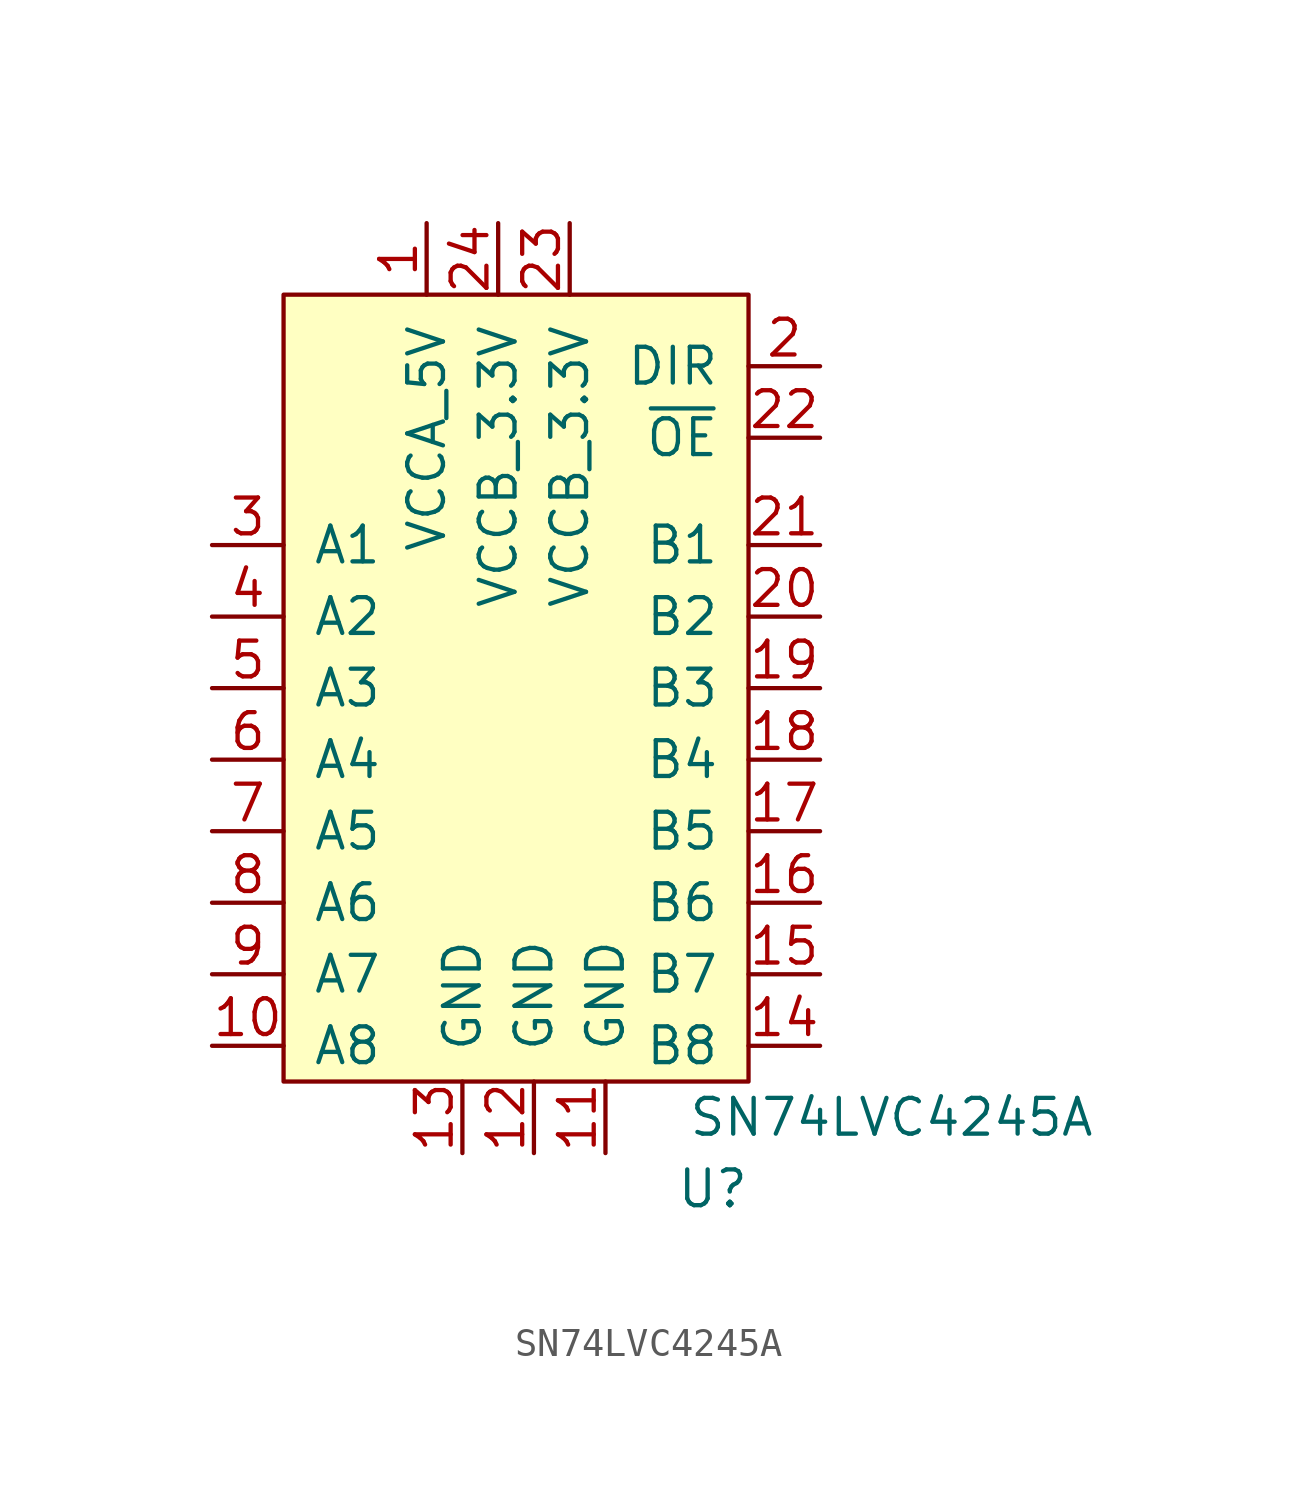
<source format=kicad_sym>
(kicad_symbol_lib
  (version 20211014)
  (generator kicad_symbol_editor)
  (symbol "SN74LVC4245A"
    (pin_names
      (offset 1.016))
    (property "Reference" "U"
      (at 7.62 -15.24 0)
      (effects (font (size 1.27 1.27))))
    (property "Value" "SN74LVC4245A"
      (at 13.97 -12.7 0)
      (effects (font (size 1.27 1.27))))
    (symbol "SN74LVC4245A_0_0"
      (pin power_in line (at -2.54 19.05 270) (length 2.54) (name "VCCA_5V" (effects (font (size 1.27 1.27)))) (number "1" (effects (font (size 1.27 1.27)))))
      (pin bidirectional line (at -10.16 -10.16 0) (length 2.54) (name "A8" (effects (font (size 1.27 1.27)))) (number "10" (effects (font (size 1.27 1.27)))))
      (pin power_in line (at 3.81 -13.97 90) (length 2.54) (name "GND" (effects (font (size 1.27 1.27)))) (number "11" (effects (font (size 1.27 1.27)))))
      (pin power_in line (at 1.27 -13.97 90) (length 2.54) (name "GND" (effects (font (size 1.27 1.27)))) (number "12" (effects (font (size 1.27 1.27)))))
      (pin power_in line (at -1.27 -13.97 90) (length 2.54) (name "GND" (effects (font (size 1.27 1.27)))) (number "13" (effects (font (size 1.27 1.27)))))
      (pin bidirectional line (at 11.43 -10.16 180) (length 2.54) (name "B8" (effects (font (size 1.27 1.27)))) (number "14" (effects (font (size 1.27 1.27)))))
      (pin bidirectional line (at 11.43 -7.62 180) (length 2.54) (name "B7" (effects (font (size 1.27 1.27)))) (number "15" (effects (font (size 1.27 1.27)))))
      (pin bidirectional line (at 11.43 -5.08 180) (length 2.54) (name "B6" (effects (font (size 1.27 1.27)))) (number "16" (effects (font (size 1.27 1.27)))))
      (pin bidirectional line (at 11.43 -2.54 180) (length 2.54) (name "B5" (effects (font (size 1.27 1.27)))) (number "17" (effects (font (size 1.27 1.27)))))
      (pin bidirectional line (at 11.43 0 180) (length 2.54) (name "B4" (effects (font (size 1.27 1.27)))) (number "18" (effects (font (size 1.27 1.27)))))
      (pin bidirectional line (at 11.43 2.54 180) (length 2.54) (name "B3" (effects (font (size 1.27 1.27)))) (number "19" (effects (font (size 1.27 1.27)))))
      (pin input line (at 11.43 13.97 180) (length 2.54) (name "DIR" (effects (font (size 1.27 1.27)))) (number "2" (effects (font (size 1.27 1.27)))))
      (pin bidirectional line (at 11.43 5.08 180) (length 2.54) (name "B2" (effects (font (size 1.27 1.27)))) (number "20" (effects (font (size 1.27 1.27)))))
      (pin bidirectional line (at 11.43 7.62 180) (length 2.54) (name "B1" (effects (font (size 1.27 1.27)))) (number "21" (effects (font (size 1.27 1.27)))))
      (pin input line (at 11.43 11.43 180) (length 2.54) (name "~{OE}" (effects (font (size 1.27 1.27)))) (number "22" (effects (font (size 1.27 1.27)))))
      (pin power_in line (at 2.54 19.05 270) (length 2.54) (name "VCCB_3.3V" (effects (font (size 1.27 1.27)))) (number "23" (effects (font (size 1.27 1.27)))))
      (pin power_in line (at 0 19.05 270) (length 2.54) (name "VCCB_3.3V" (effects (font (size 1.27 1.27)))) (number "24" (effects (font (size 1.27 1.27)))))
      (pin bidirectional line (at -10.16 7.62 0) (length 2.54) (name "A1" (effects (font (size 1.27 1.27)))) (number "3" (effects (font (size 1.27 1.27)))))
      (pin bidirectional line (at -10.16 5.08 0) (length 2.54) (name "A2" (effects (font (size 1.27 1.27)))) (number "4" (effects (font (size 1.27 1.27)))))
      (pin bidirectional line (at -10.16 2.54 0) (length 2.54) (name "A3" (effects (font (size 1.27 1.27)))) (number "5" (effects (font (size 1.27 1.27)))))
      (pin bidirectional line (at -10.16 0 0) (length 2.54) (name "A4" (effects (font (size 1.27 1.27)))) (number "6" (effects (font (size 1.27 1.27)))))
      (pin bidirectional line (at -10.16 -2.54 0) (length 2.54) (name "A5" (effects (font (size 1.27 1.27)))) (number "7" (effects (font (size 1.27 1.27)))))
      (pin bidirectional line (at -10.16 -5.08 0) (length 2.54) (name "A6" (effects (font (size 1.27 1.27)))) (number "8" (effects (font (size 1.27 1.27)))))
      (pin bidirectional line (at -10.16 -7.62 0) (length 2.54) (name "A7" (effects (font (size 1.27 1.27)))) (number "9" (effects (font (size 1.27 1.27))))))
    (symbol "SN74LVC4245A_0_1"
      (rectangle (start -7.62 16.51) (end 8.89 -11.43) (stroke (width 0) (type default) (color 0 0 0 0)) (fill (type background))))))
</source>
